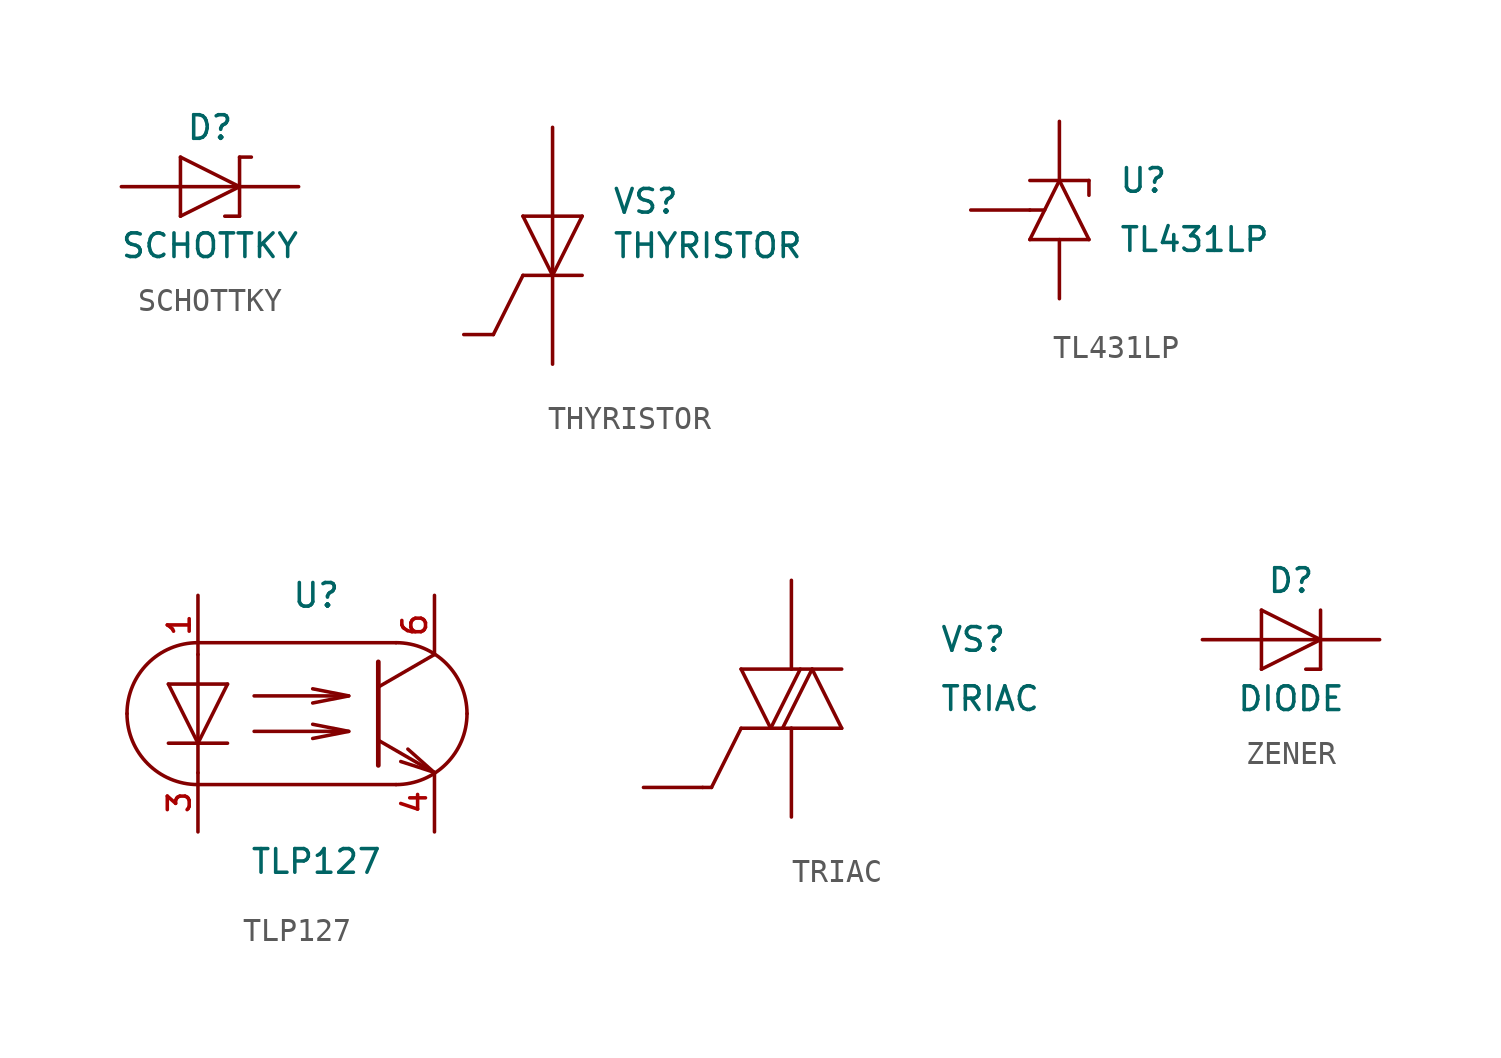
<source format=kicad_sym>
(kicad_symbol_lib
  (version 20241209)
  (generator "kicad_symbol_editor")
  (generator_version "9.0")
  (symbol "SCHOTTKY"
    (pin_numbers
      (hide yes))
    (pin_names
      (offset 0)
      (hide yes))
    (property "Reference" "D"
      (at 0 2.54 0)
      (effects (font (size 1.016 1.016))))
    (property "Value" "SCHOTTKY"
      (at 0 -2.54 0)
      (effects (font (size 1.016 1.016))))
    (symbol "SCHOTTKY_1_1"
      (polyline (pts (xy -1.27 1.27) (xy -1.27 -1.27)) (stroke (width 0) (type default)) (fill (type none)))
      (polyline (pts (xy -1.27 1.27) (xy 1.27 0)) (stroke (width 0) (type default)) (fill (type none)))
      (polyline (pts (xy -1.27 0) (xy 1.27 0)) (stroke (width 0) (type default)) (fill (type none)))
      (polyline (pts (xy -1.27 -1.27) (xy 1.27 0)) (stroke (width 0) (type default)) (fill (type none)))
      (polyline (pts (xy 1.27 1.27) (xy 1.27 -1.27)) (stroke (width 0) (type default)) (fill (type none)))
      (polyline (pts (xy 1.27 1.27) (xy 1.778 1.27)) (stroke (width 0) (type default)) (fill (type none)))
      (polyline (pts (xy 1.27 -1.27) (xy 0.635 -1.27)) (stroke (width 0) (type default)) (fill (type none)))
      (pin passive line (at -3.81 0 0) (length 2.54) (name "A" (effects (font (size 1.016 1.016)))) (number "2" (effects (font (size 1.016 1.016)))))
      (pin passive line (at 3.81 0 180) (length 2.54) (name "C" (effects (font (size 1.016 1.016)))) (number "1" (effects (font (size 1.016 1.016)))))))
  (symbol "THYRISTOR"
    (pin_numbers
      (hide yes))
    (pin_names
      (offset 0)
      (hide yes))
    (property "Reference" "VS"
      (at 2.54 1.905 0)
      (effects (font (size 1.016 1.016)) (justify left)))
    (property "Value" "THYRISTOR"
      (at 2.54 0 0)
      (effects (font (size 1.016 1.016)) (justify left)))
    (symbol "THYRISTOR_0_1"
      (polyline (pts (xy -1.27 -1.27) (xy -2.54 -3.81)) (stroke (width 0) (type default)) (fill (type none))))
    (symbol "THYRISTOR_1_1"
      (polyline (pts (xy -1.27 1.27) (xy 0 -1.27)) (stroke (width 0) (type default)) (fill (type none)))
      (polyline (pts (xy 0 1.27) (xy 0 -1.27)) (stroke (width 0) (type default)) (fill (type none)))
      (polyline (pts (xy 1.27 1.27) (xy -1.27 1.27)) (stroke (width 0) (type default)) (fill (type none)))
      (polyline (pts (xy 1.27 1.27) (xy 0 -1.27)) (stroke (width 0) (type default)) (fill (type none)))
      (polyline (pts (xy 1.27 -1.27) (xy -1.27 -1.27)) (stroke (width 0) (type default)) (fill (type none)))
      (pin input line (at -3.81 -3.81 0) (length 1.27) (name "G" (effects (font (size 1.016 1.016)))) (number "2" (effects (font (size 1.016 1.016)))))
      (pin passive line (at 0 5.08 270) (length 3.81) (name "A" (effects (font (size 1.016 1.016)))) (number "1" (effects (font (size 1.016 1.016)))))
      (pin passive line (at 0 -5.08 90) (length 3.81) (name "K" (effects (font (size 1.016 1.016)))) (number "3" (effects (font (size 1.016 1.016)))))))
  (symbol "TL431LP"
    (pin_numbers
      (hide yes))
    (pin_names
      (hide yes))
    (property "Reference" "U"
      (at 2.54 1.27 0)
      (effects (font (size 1.016 1.016)) (justify left)))
    (property "Value" "TL431LP"
      (at 2.54 -1.27 0)
      (effects (font (size 1.016 1.016)) (justify left)))
    (symbol "TL431LP_0_1"
      (polyline (pts (xy -1.27 0) (xy -0.635 0)) (stroke (width 0) (type default)) (fill (type none))))
    (symbol "TL431LP_1_1"
      (polyline (pts (xy -1.27 1.27) (xy 1.27 1.27)) (stroke (width 0) (type default)) (fill (type none)))
      (polyline (pts (xy -1.27 -1.27) (xy 0 1.27)) (stroke (width 0) (type default)) (fill (type none)))
      (polyline (pts (xy -1.27 -1.27) (xy 1.27 -1.27)) (stroke (width 0) (type default)) (fill (type none)))
      (polyline (pts (xy 1.27 1.27) (xy 1.27 0.635)) (stroke (width 0) (type default)) (fill (type none)))
      (polyline (pts (xy 1.27 -1.27) (xy 0 1.27)) (stroke (width 0) (type default)) (fill (type none)))
      (pin passive line (at -3.81 0 0) (length 2.54) (name "REF" (effects (font (size 1.016 1.016)))) (number "1" (effects (font (size 1.016 1.016)))))
      (pin passive line (at 0 3.81 270) (length 2.54) (name "K" (effects (font (size 1.016 1.016)))) (number "3" (effects (font (size 1.016 1.016)))))
      (pin passive line (at 0 -3.81 90) (length 2.54) (name "A" (effects (font (size 1.016 1.016)))) (number "2" (effects (font (size 1.016 1.016)))))))
  (symbol "TLP127"
    (pin_names
      (offset 0)
      (hide yes))
    (property "Reference" "U"
      (at 1.27 5.08 0)
      (effects (font (size 1.016 1.016))))
    (property "Value" "TLP127"
      (at 1.27 -6.35 0)
      (effects (font (size 1.016 1.016))))
    (symbol "TLP127_0_1"
      (arc (start -6.858 0) (mid -5.9653 2.1553) (end -3.81 3.048) (stroke (width 0) (type default)) (fill (type none)))
      (arc (start -3.81 -3.048) (mid -5.9653 -2.1553) (end -6.858 0) (stroke (width 0) (type default)) (fill (type none)))
      (polyline (pts (xy 3.937 1.143) (xy 6.35 2.54)) (stroke (width 0) (type default)) (fill (type none)))
      (polyline (pts (xy 3.937 -1.143) (xy 6.35 -2.54)) (stroke (width 0) (type default)) (fill (type none)))
      (polyline (pts (xy 4.699 3.048) (xy -3.81 3.048)) (stroke (width 0) (type default)) (fill (type none)))
      (arc (start 4.699 3.048) (mid 6.8543 2.1553) (end 7.747 0) (stroke (width 0) (type default)) (fill (type none)))
      (arc (start 7.747 0) (mid 6.8543 -2.1553) (end 4.699 -3.048) (stroke (width 0) (type default)) (fill (type none)))
      (polyline (pts (xy 4.699 -3.048) (xy -3.81 -3.048)) (stroke (width 0) (type default)) (fill (type none)))
      (polyline (pts (xy 4.902 -2.057) (xy 6.35 -2.524)) (stroke (width 0) (type default)) (fill (type none)))
      (polyline (pts (xy 5.207 -1.524) (xy 6.35 -2.54)) (stroke (width 0) (type default)) (fill (type none))))
    (symbol "TLP127_1_1"
      (polyline (pts (xy -5.08 1.27) (xy -3.81 -1.27)) (stroke (width 0) (type default)) (fill (type none)))
      (polyline (pts (xy -3.81 2.54) (xy -3.81 -2.54)) (stroke (width 0) (type default)) (fill (type none)))
      (polyline (pts (xy -2.54 1.27) (xy -5.08 1.27)) (stroke (width 0) (type default)) (fill (type none)))
      (polyline (pts (xy -2.54 1.27) (xy -3.81 -1.27)) (stroke (width 0) (type default)) (fill (type none)))
      (polyline (pts (xy -2.54 -1.27) (xy -5.08 -1.27)) (stroke (width 0) (type default)) (fill (type none)))
      (polyline (pts (xy -1.397 0.762) (xy 2.667 0.762)) (stroke (width 0) (type default)) (fill (type none)))
      (polyline (pts (xy -1.397 -0.762) (xy 2.667 -0.762)) (stroke (width 0) (type default)) (fill (type none)))
      (polyline (pts (xy 1.118 1.067) (xy 2.667 0.762) (xy 1.118 0.457)) (stroke (width 0) (type default)) (fill (type none)))
      (polyline (pts (xy 1.118 -0.457) (xy 2.667 -0.762) (xy 1.118 -1.067)) (stroke (width 0) (type default)) (fill (type none)))
      (polyline (pts (xy 3.937 2.223) (xy 3.937 -2.223)) (stroke (width 0.203) (type default)) (fill (type none)))
      (pin passive line (at -3.81 5.08 270) (length 2.54) (name "A" (effects (font (size 0.94 0.94)))) (number "1" (effects (font (size 0.94 0.94)))))
      (pin passive line (at -3.81 -5.08 90) (length 2.54) (name "C" (effects (font (size 0.94 0.94)))) (number "3" (effects (font (size 0.94 0.94)))))
      (pin input line (at 6.35 5.08 270) (length 2.54) (name "C" (effects (font (size 1.016 1.016)))) (number "6" (effects (font (size 1.016 1.016)))))
      (pin input line (at 6.35 -5.08 90) (length 2.54) (name "E" (effects (font (size 1.016 1.016)))) (number "4" (effects (font (size 1.016 1.016)))))))
  (symbol "TRIAC"
    (pin_numbers
      (hide yes))
    (pin_names
      (offset 0)
      (hide yes))
    (property "Reference" "VS"
      (at 6.35 2.54 0)
      (effects (font (size 1.016 1.016)) (justify left)))
    (property "Value" "TRIAC"
      (at 6.35 0 0)
      (effects (font (size 1.016 1.016)) (justify left)))
    (symbol "TRIAC_0_1"
      (polyline (pts (xy -3.81 -3.81) (xy -3.429 -3.81)) (stroke (width 0) (type default)) (fill (type none)))
      (polyline (pts (xy -2.159 -1.27) (xy -3.429 -3.81)) (stroke (width 0) (type default)) (fill (type none))))
    (symbol "TRIAC_1_1"
      (polyline (pts (xy -2.159 1.27) (xy -0.889 -1.27)) (stroke (width 0) (type default)) (fill (type none)))
      (polyline (pts (xy -0.381 -1.27) (xy 0.889 1.27)) (stroke (width 0) (type default)) (fill (type none)))
      (polyline (pts (xy 0 1.27) (xy -2.159 1.27)) (stroke (width 0) (type default)) (fill (type none)))
      (polyline (pts (xy 0 -1.27) (xy -2.159 -1.27)) (stroke (width 0) (type default)) (fill (type none)))
      (polyline (pts (xy 0.381 1.27) (xy -0.889 -1.27)) (stroke (width 0) (type default)) (fill (type none)))
      (polyline (pts (xy 2.159 1.27) (xy 0 1.27)) (stroke (width 0) (type default)) (fill (type none)))
      (polyline (pts (xy 2.159 -1.27) (xy 0 -1.27)) (stroke (width 0) (type default)) (fill (type none)))
      (polyline (pts (xy 2.159 -1.27) (xy 0.889 1.27)) (stroke (width 0) (type default)) (fill (type none)))
      (pin input line (at -6.35 -3.81 0) (length 2.54) (name "G" (effects (font (size 1.016 1.016)))) (number "2" (effects (font (size 1.016 1.016)))))
      (pin passive line (at 0 5.08 270) (length 3.81) (name "A" (effects (font (size 1.016 1.016)))) (number "1" (effects (font (size 1.016 1.016)))))
      (pin passive line (at 0 -5.08 90) (length 3.81) (name "K" (effects (font (size 1.016 1.016)))) (number "3" (effects (font (size 1.016 1.016)))))))
  (symbol "ZENER"
    (pin_numbers
      (hide yes))
    (pin_names
      (offset 0)
      (hide yes))
    (property "Reference" "D"
      (at 0 2.54 0)
      (effects (font (size 1.016 1.016))))
    (property "Value" "DIODE"
      (at 0 -2.54 0)
      (effects (font (size 1.016 1.016))))
    (symbol "ZENER_1_1"
      (polyline (pts (xy -1.27 1.27) (xy -1.27 -1.27)) (stroke (width 0) (type default)) (fill (type none)))
      (polyline (pts (xy -1.27 1.27) (xy 1.27 0)) (stroke (width 0) (type default)) (fill (type none)))
      (polyline (pts (xy -1.27 0) (xy 1.27 0)) (stroke (width 0) (type default)) (fill (type none)))
      (polyline (pts (xy -1.27 -1.27) (xy 1.27 0)) (stroke (width 0) (type default)) (fill (type none)))
      (polyline (pts (xy 1.27 1.27) (xy 1.27 -1.27)) (stroke (width 0) (type default)) (fill (type none)))
      (polyline (pts (xy 1.27 -1.27) (xy 0.635 -1.27)) (stroke (width 0) (type default)) (fill (type none)))
      (pin passive line (at -3.81 0 0) (length 2.54) (name "A" (effects (font (size 1.016 1.016)))) (number "2" (effects (font (size 1.016 1.016)))))
      (pin passive line (at 3.81 0 180) (length 2.54) (name "C" (effects (font (size 1.016 1.016)))) (number "1" (effects (font (size 1.016 1.016))))))))
</source>
